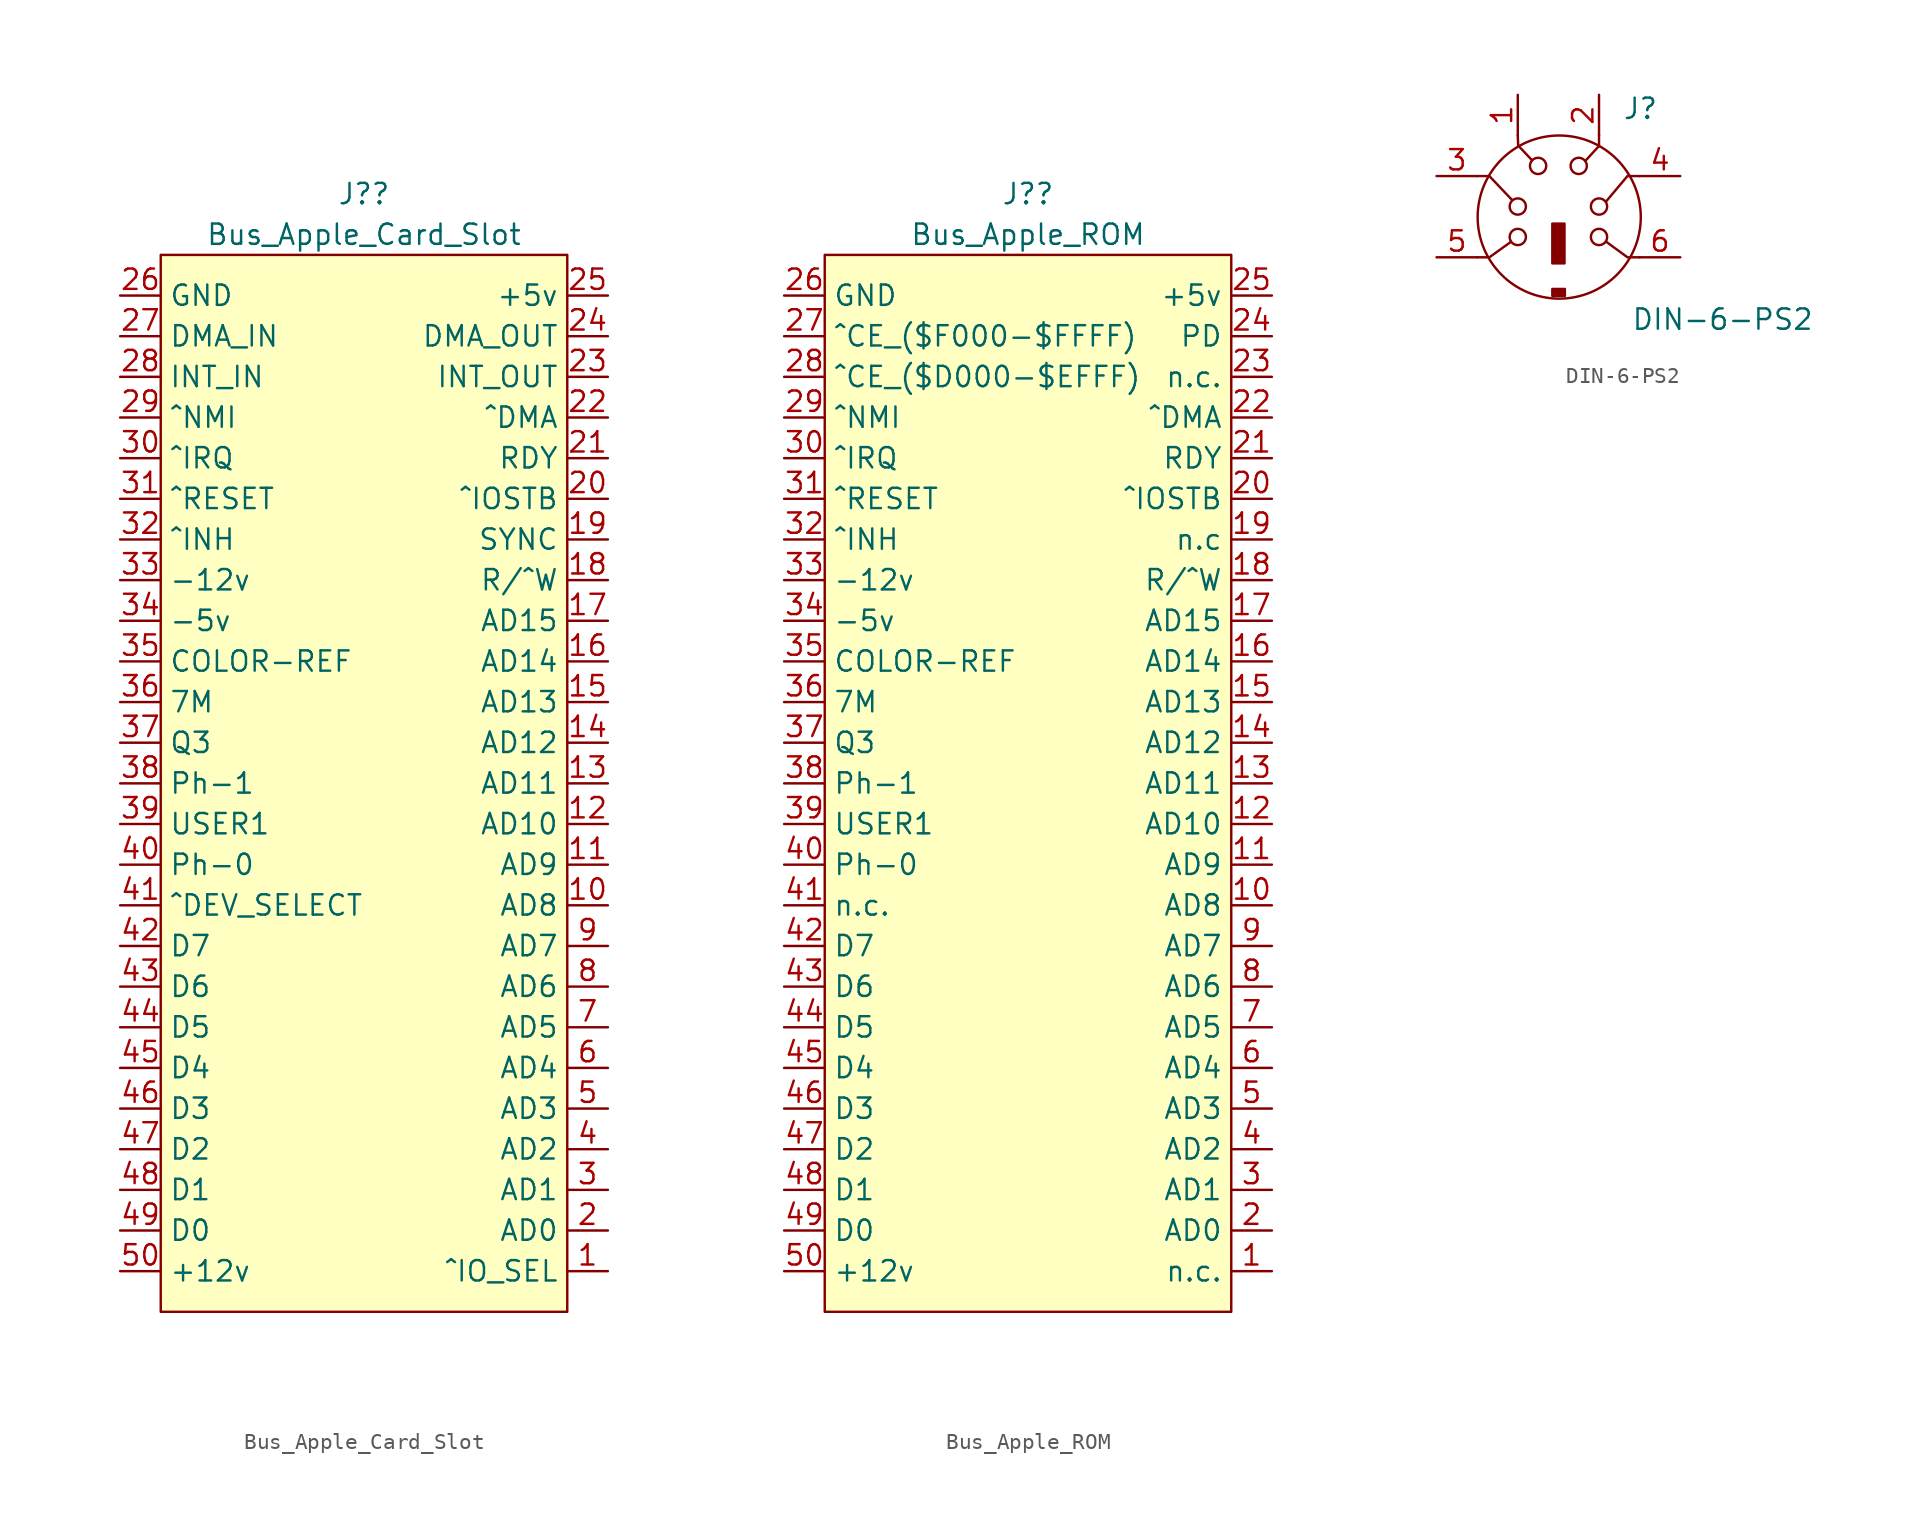
<source format=kicad_sym>
(kicad_symbol_lib
  (version 20211014)
  (generator kicad_symbol_editor)
  (symbol "Bus_Apple_Card_Slot"
    (property "Reference" "J?"
      (at 0 34.29 0)
      (effects (font (size 1.27 1.27))))
    (property "Value" "Bus_Apple_Card_Slot"
      (at 0 31.75 0)
      (effects (font (size 1.27 1.27))))
    (symbol "Bus_Apple_Card_Slot_0_1"
      (rectangle (start -12.7 30.48) (end 12.7 -35.56) (stroke (width 0.152) (type default) (color 0 0 0 0)) (fill (type background))))
    (symbol "Bus_Apple_Card_Slot_1_1"
      (pin output line (at 15.24 -33.02 180) (length 2.54) (name "^IO_SEL" (effects (font (size 1.27 1.27)))) (number "1" (effects (font (size 1.27 1.27)))))
      (pin output line (at 15.24 -10.16 180) (length 2.54) (name "AD8" (effects (font (size 1.27 1.27)))) (number "10" (effects (font (size 1.27 1.27)))))
      (pin output line (at 15.24 -7.62 180) (length 2.54) (name "AD9" (effects (font (size 1.27 1.27)))) (number "11" (effects (font (size 1.27 1.27)))))
      (pin output line (at 15.24 -5.08 180) (length 2.54) (name "AD10" (effects (font (size 1.27 1.27)))) (number "12" (effects (font (size 1.27 1.27)))))
      (pin output line (at 15.24 -2.54 180) (length 2.54) (name "AD11" (effects (font (size 1.27 1.27)))) (number "13" (effects (font (size 1.27 1.27)))))
      (pin output line (at 15.24 0 180) (length 2.54) (name "AD12" (effects (font (size 1.27 1.27)))) (number "14" (effects (font (size 1.27 1.27)))))
      (pin output line (at 15.24 2.54 180) (length 2.54) (name "AD13" (effects (font (size 1.27 1.27)))) (number "15" (effects (font (size 1.27 1.27)))))
      (pin output line (at 15.24 5.08 180) (length 2.54) (name "AD14" (effects (font (size 1.27 1.27)))) (number "16" (effects (font (size 1.27 1.27)))))
      (pin output line (at 15.24 7.62 180) (length 2.54) (name "AD15" (effects (font (size 1.27 1.27)))) (number "17" (effects (font (size 1.27 1.27)))))
      (pin output line (at 15.24 10.16 180) (length 2.54) (name "R/^W" (effects (font (size 1.27 1.27)))) (number "18" (effects (font (size 1.27 1.27)))))
      (pin output line (at 15.24 12.7 180) (length 2.54) (name "SYNC" (effects (font (size 1.27 1.27)))) (number "19" (effects (font (size 1.27 1.27)))))
      (pin output line (at 15.24 -30.48 180) (length 2.54) (name "AD0" (effects (font (size 1.27 1.27)))) (number "2" (effects (font (size 1.27 1.27)))))
      (pin output line (at 15.24 15.24 180) (length 2.54) (name "^IOSTB" (effects (font (size 1.27 1.27)))) (number "20" (effects (font (size 1.27 1.27)))))
      (pin output line (at 15.24 17.78 180) (length 2.54) (name "RDY" (effects (font (size 1.27 1.27)))) (number "21" (effects (font (size 1.27 1.27)))))
      (pin output line (at 15.24 20.32 180) (length 2.54) (name "^DMA" (effects (font (size 1.27 1.27)))) (number "22" (effects (font (size 1.27 1.27)))))
      (pin output line (at 15.24 22.86 180) (length 2.54) (name "INT_OUT" (effects (font (size 1.27 1.27)))) (number "23" (effects (font (size 1.27 1.27)))))
      (pin output line (at 15.24 25.4 180) (length 2.54) (name "DMA_OUT" (effects (font (size 1.27 1.27)))) (number "24" (effects (font (size 1.27 1.27)))))
      (pin output line (at 15.24 27.94 180) (length 2.54) (name "+5v" (effects (font (size 1.27 1.27)))) (number "25" (effects (font (size 1.27 1.27)))))
      (pin output line (at -15.24 27.94 0) (length 2.54) (name "GND" (effects (font (size 1.27 1.27)))) (number "26" (effects (font (size 1.27 1.27)))))
      (pin output line (at -15.24 25.4 0) (length 2.54) (name "DMA_IN" (effects (font (size 1.27 1.27)))) (number "27" (effects (font (size 1.27 1.27)))))
      (pin output line (at -15.24 22.86 0) (length 2.54) (name "INT_IN" (effects (font (size 1.27 1.27)))) (number "28" (effects (font (size 1.27 1.27)))))
      (pin output line (at -15.24 20.32 0) (length 2.54) (name "^NMI" (effects (font (size 1.27 1.27)))) (number "29" (effects (font (size 1.27 1.27)))))
      (pin output line (at 15.24 -27.94 180) (length 2.54) (name "AD1" (effects (font (size 1.27 1.27)))) (number "3" (effects (font (size 1.27 1.27)))))
      (pin output line (at -15.24 17.78 0) (length 2.54) (name "^IRQ" (effects (font (size 1.27 1.27)))) (number "30" (effects (font (size 1.27 1.27)))))
      (pin output line (at -15.24 15.24 0) (length 2.54) (name "^RESET" (effects (font (size 1.27 1.27)))) (number "31" (effects (font (size 1.27 1.27)))))
      (pin output line (at -15.24 12.7 0) (length 2.54) (name "^INH" (effects (font (size 1.27 1.27)))) (number "32" (effects (font (size 1.27 1.27)))))
      (pin output line (at -15.24 10.16 0) (length 2.54) (name "-12v" (effects (font (size 1.27 1.27)))) (number "33" (effects (font (size 1.27 1.27)))))
      (pin output line (at -15.24 7.62 0) (length 2.54) (name "-5v" (effects (font (size 1.27 1.27)))) (number "34" (effects (font (size 1.27 1.27)))))
      (pin output line (at -15.24 5.08 0) (length 2.54) (name "COLOR-REF" (effects (font (size 1.27 1.27)))) (number "35" (effects (font (size 1.27 1.27)))))
      (pin output line (at -15.24 2.54 0) (length 2.54) (name "7M" (effects (font (size 1.27 1.27)))) (number "36" (effects (font (size 1.27 1.27)))))
      (pin output line (at -15.24 0 0) (length 2.54) (name "Q3" (effects (font (size 1.27 1.27)))) (number "37" (effects (font (size 1.27 1.27)))))
      (pin output line (at -15.24 -2.54 0) (length 2.54) (name "Ph-1" (effects (font (size 1.27 1.27)))) (number "38" (effects (font (size 1.27 1.27)))))
      (pin output line (at -15.24 -5.08 0) (length 2.54) (name "USER1" (effects (font (size 1.27 1.27)))) (number "39" (effects (font (size 1.27 1.27)))))
      (pin output line (at 15.24 -25.4 180) (length 2.54) (name "AD2" (effects (font (size 1.27 1.27)))) (number "4" (effects (font (size 1.27 1.27)))))
      (pin output line (at -15.24 -7.62 0) (length 2.54) (name "Ph-0" (effects (font (size 1.27 1.27)))) (number "40" (effects (font (size 1.27 1.27)))))
      (pin output line (at -15.24 -10.16 0) (length 2.54) (name "^DEV_SELECT" (effects (font (size 1.27 1.27)))) (number "41" (effects (font (size 1.27 1.27)))))
      (pin output line (at -15.24 -12.7 0) (length 2.54) (name "D7" (effects (font (size 1.27 1.27)))) (number "42" (effects (font (size 1.27 1.27)))))
      (pin output line (at -15.24 -15.24 0) (length 2.54) (name "D6" (effects (font (size 1.27 1.27)))) (number "43" (effects (font (size 1.27 1.27)))))
      (pin output line (at -15.24 -17.78 0) (length 2.54) (name "D5" (effects (font (size 1.27 1.27)))) (number "44" (effects (font (size 1.27 1.27)))))
      (pin output line (at -15.24 -20.32 0) (length 2.54) (name "D4" (effects (font (size 1.27 1.27)))) (number "45" (effects (font (size 1.27 1.27)))))
      (pin output line (at -15.24 -22.86 0) (length 2.54) (name "D3" (effects (font (size 1.27 1.27)))) (number "46" (effects (font (size 1.27 1.27)))))
      (pin output line (at -15.24 -25.4 0) (length 2.54) (name "D2" (effects (font (size 1.27 1.27)))) (number "47" (effects (font (size 1.27 1.27)))))
      (pin output line (at -15.24 -27.94 0) (length 2.54) (name "D1" (effects (font (size 1.27 1.27)))) (number "48" (effects (font (size 1.27 1.27)))))
      (pin output line (at -15.24 -30.48 0) (length 2.54) (name "D0" (effects (font (size 1.27 1.27)))) (number "49" (effects (font (size 1.27 1.27)))))
      (pin output line (at 15.24 -22.86 180) (length 2.54) (name "AD3" (effects (font (size 1.27 1.27)))) (number "5" (effects (font (size 1.27 1.27)))))
      (pin output line (at -15.24 -33.02 0) (length 2.54) (name "+12v" (effects (font (size 1.27 1.27)))) (number "50" (effects (font (size 1.27 1.27)))))
      (pin output line (at 15.24 -20.32 180) (length 2.54) (name "AD4" (effects (font (size 1.27 1.27)))) (number "6" (effects (font (size 1.27 1.27)))))
      (pin output line (at 15.24 -17.78 180) (length 2.54) (name "AD5" (effects (font (size 1.27 1.27)))) (number "7" (effects (font (size 1.27 1.27)))))
      (pin output line (at 15.24 -15.24 180) (length 2.54) (name "AD6" (effects (font (size 1.27 1.27)))) (number "8" (effects (font (size 1.27 1.27)))))
      (pin output line (at 15.24 -12.7 180) (length 2.54) (name "AD7" (effects (font (size 1.27 1.27)))) (number "9" (effects (font (size 1.27 1.27)))))))
  (symbol "Bus_Apple_ROM"
    (property "Reference" "J?"
      (at 0 34.29 0)
      (effects (font (size 1.27 1.27))))
    (property "Value" "Bus_Apple_ROM"
      (at 0 31.75 0)
      (effects (font (size 1.27 1.27))))
    (symbol "Bus_Apple_ROM_0_1"
      (rectangle (start -12.7 30.48) (end 12.7 -35.56) (stroke (width 0.152) (type default) (color 0 0 0 0)) (fill (type background))))
    (symbol "Bus_Apple_ROM_1_1"
      (pin output line (at 15.24 -33.02 180) (length 2.54) (name "n.c." (effects (font (size 1.27 1.27)))) (number "1" (effects (font (size 1.27 1.27)))))
      (pin output line (at 15.24 -10.16 180) (length 2.54) (name "AD8" (effects (font (size 1.27 1.27)))) (number "10" (effects (font (size 1.27 1.27)))))
      (pin output line (at 15.24 -7.62 180) (length 2.54) (name "AD9" (effects (font (size 1.27 1.27)))) (number "11" (effects (font (size 1.27 1.27)))))
      (pin output line (at 15.24 -5.08 180) (length 2.54) (name "AD10" (effects (font (size 1.27 1.27)))) (number "12" (effects (font (size 1.27 1.27)))))
      (pin output line (at 15.24 -2.54 180) (length 2.54) (name "AD11" (effects (font (size 1.27 1.27)))) (number "13" (effects (font (size 1.27 1.27)))))
      (pin output line (at 15.24 0 180) (length 2.54) (name "AD12" (effects (font (size 1.27 1.27)))) (number "14" (effects (font (size 1.27 1.27)))))
      (pin output line (at 15.24 2.54 180) (length 2.54) (name "AD13" (effects (font (size 1.27 1.27)))) (number "15" (effects (font (size 1.27 1.27)))))
      (pin output line (at 15.24 5.08 180) (length 2.54) (name "AD14" (effects (font (size 1.27 1.27)))) (number "16" (effects (font (size 1.27 1.27)))))
      (pin output line (at 15.24 7.62 180) (length 2.54) (name "AD15" (effects (font (size 1.27 1.27)))) (number "17" (effects (font (size 1.27 1.27)))))
      (pin output line (at 15.24 10.16 180) (length 2.54) (name "R/^W" (effects (font (size 1.27 1.27)))) (number "18" (effects (font (size 1.27 1.27)))))
      (pin output line (at 15.24 12.7 180) (length 2.54) (name "n.c" (effects (font (size 1.27 1.27)))) (number "19" (effects (font (size 1.27 1.27)))))
      (pin output line (at 15.24 -30.48 180) (length 2.54) (name "AD0" (effects (font (size 1.27 1.27)))) (number "2" (effects (font (size 1.27 1.27)))))
      (pin output line (at 15.24 15.24 180) (length 2.54) (name "^IOSTB" (effects (font (size 1.27 1.27)))) (number "20" (effects (font (size 1.27 1.27)))))
      (pin output line (at 15.24 17.78 180) (length 2.54) (name "RDY" (effects (font (size 1.27 1.27)))) (number "21" (effects (font (size 1.27 1.27)))))
      (pin output line (at 15.24 20.32 180) (length 2.54) (name "^DMA" (effects (font (size 1.27 1.27)))) (number "22" (effects (font (size 1.27 1.27)))))
      (pin output line (at 15.24 22.86 180) (length 2.54) (name "n.c." (effects (font (size 1.27 1.27)))) (number "23" (effects (font (size 1.27 1.27)))))
      (pin output line (at 15.24 25.4 180) (length 2.54) (name "PD" (effects (font (size 1.27 1.27)))) (number "24" (effects (font (size 1.27 1.27)))))
      (pin output line (at 15.24 27.94 180) (length 2.54) (name "+5v" (effects (font (size 1.27 1.27)))) (number "25" (effects (font (size 1.27 1.27)))))
      (pin output line (at -15.24 27.94 0) (length 2.54) (name "GND" (effects (font (size 1.27 1.27)))) (number "26" (effects (font (size 1.27 1.27)))))
      (pin output line (at -15.24 25.4 0) (length 2.54) (name "^CE_($F000-$FFFF)" (effects (font (size 1.27 1.27)))) (number "27" (effects (font (size 1.27 1.27)))))
      (pin output line (at -15.24 22.86 0) (length 2.54) (name "^CE_($D000-$EFFF)" (effects (font (size 1.27 1.27)))) (number "28" (effects (font (size 1.27 1.27)))))
      (pin output line (at -15.24 20.32 0) (length 2.54) (name "^NMI" (effects (font (size 1.27 1.27)))) (number "29" (effects (font (size 1.27 1.27)))))
      (pin output line (at 15.24 -27.94 180) (length 2.54) (name "AD1" (effects (font (size 1.27 1.27)))) (number "3" (effects (font (size 1.27 1.27)))))
      (pin output line (at -15.24 17.78 0) (length 2.54) (name "^IRQ" (effects (font (size 1.27 1.27)))) (number "30" (effects (font (size 1.27 1.27)))))
      (pin output line (at -15.24 15.24 0) (length 2.54) (name "^RESET" (effects (font (size 1.27 1.27)))) (number "31" (effects (font (size 1.27 1.27)))))
      (pin output line (at -15.24 12.7 0) (length 2.54) (name "^INH" (effects (font (size 1.27 1.27)))) (number "32" (effects (font (size 1.27 1.27)))))
      (pin output line (at -15.24 10.16 0) (length 2.54) (name "-12v" (effects (font (size 1.27 1.27)))) (number "33" (effects (font (size 1.27 1.27)))))
      (pin output line (at -15.24 7.62 0) (length 2.54) (name "-5v" (effects (font (size 1.27 1.27)))) (number "34" (effects (font (size 1.27 1.27)))))
      (pin output line (at -15.24 5.08 0) (length 2.54) (name "COLOR-REF" (effects (font (size 1.27 1.27)))) (number "35" (effects (font (size 1.27 1.27)))))
      (pin output line (at -15.24 2.54 0) (length 2.54) (name "7M" (effects (font (size 1.27 1.27)))) (number "36" (effects (font (size 1.27 1.27)))))
      (pin output line (at -15.24 0 0) (length 2.54) (name "Q3" (effects (font (size 1.27 1.27)))) (number "37" (effects (font (size 1.27 1.27)))))
      (pin output line (at -15.24 -2.54 0) (length 2.54) (name "Ph-1" (effects (font (size 1.27 1.27)))) (number "38" (effects (font (size 1.27 1.27)))))
      (pin output line (at -15.24 -5.08 0) (length 2.54) (name "USER1" (effects (font (size 1.27 1.27)))) (number "39" (effects (font (size 1.27 1.27)))))
      (pin output line (at 15.24 -25.4 180) (length 2.54) (name "AD2" (effects (font (size 1.27 1.27)))) (number "4" (effects (font (size 1.27 1.27)))))
      (pin output line (at -15.24 -7.62 0) (length 2.54) (name "Ph-0" (effects (font (size 1.27 1.27)))) (number "40" (effects (font (size 1.27 1.27)))))
      (pin output line (at -15.24 -10.16 0) (length 2.54) (name "n.c." (effects (font (size 1.27 1.27)))) (number "41" (effects (font (size 1.27 1.27)))))
      (pin output line (at -15.24 -12.7 0) (length 2.54) (name "D7" (effects (font (size 1.27 1.27)))) (number "42" (effects (font (size 1.27 1.27)))))
      (pin output line (at -15.24 -15.24 0) (length 2.54) (name "D6" (effects (font (size 1.27 1.27)))) (number "43" (effects (font (size 1.27 1.27)))))
      (pin output line (at -15.24 -17.78 0) (length 2.54) (name "D5" (effects (font (size 1.27 1.27)))) (number "44" (effects (font (size 1.27 1.27)))))
      (pin output line (at -15.24 -20.32 0) (length 2.54) (name "D4" (effects (font (size 1.27 1.27)))) (number "45" (effects (font (size 1.27 1.27)))))
      (pin output line (at -15.24 -22.86 0) (length 2.54) (name "D3" (effects (font (size 1.27 1.27)))) (number "46" (effects (font (size 1.27 1.27)))))
      (pin output line (at -15.24 -25.4 0) (length 2.54) (name "D2" (effects (font (size 1.27 1.27)))) (number "47" (effects (font (size 1.27 1.27)))))
      (pin output line (at -15.24 -27.94 0) (length 2.54) (name "D1" (effects (font (size 1.27 1.27)))) (number "48" (effects (font (size 1.27 1.27)))))
      (pin output line (at -15.24 -30.48 0) (length 2.54) (name "D0" (effects (font (size 1.27 1.27)))) (number "49" (effects (font (size 1.27 1.27)))))
      (pin output line (at 15.24 -22.86 180) (length 2.54) (name "AD3" (effects (font (size 1.27 1.27)))) (number "5" (effects (font (size 1.27 1.27)))))
      (pin output line (at -15.24 -33.02 0) (length 2.54) (name "+12v" (effects (font (size 1.27 1.27)))) (number "50" (effects (font (size 1.27 1.27)))))
      (pin output line (at 15.24 -20.32 180) (length 2.54) (name "AD4" (effects (font (size 1.27 1.27)))) (number "6" (effects (font (size 1.27 1.27)))))
      (pin output line (at 15.24 -17.78 180) (length 2.54) (name "AD5" (effects (font (size 1.27 1.27)))) (number "7" (effects (font (size 1.27 1.27)))))
      (pin output line (at 15.24 -15.24 180) (length 2.54) (name "AD6" (effects (font (size 1.27 1.27)))) (number "8" (effects (font (size 1.27 1.27)))))
      (pin output line (at 15.24 -12.7 180) (length 2.54) (name "AD7" (effects (font (size 1.27 1.27)))) (number "9" (effects (font (size 1.27 1.27)))))))
  (symbol "DIN-6-PS2"
    (pin_names
      (offset 1.016))
    (property "Reference" "J"
      (at 5.131 6.756 0)
      (effects (font (size 1.27 1.27))))
    (property "Value" "DIN-6-PS2"
      (at 4.547 -6.426 0)
      (effects (font (size 1.27 1.27)) (justify left)))
    (symbol "DIN-6-PS2_0_1"
      (circle (center -2.54 -1.27) (radius 0.508) (stroke (width 0) (type default) (color 0 0 0 0)) (fill (type none)))
      (circle (center -2.54 0.635) (radius 0.508) (stroke (width 0) (type default) (color 0 0 0 0)) (fill (type none)))
      (circle (center -1.27 3.175) (radius 0.508) (stroke (width 0) (type default) (color 0 0 0 0)) (fill (type none)))
      (rectangle (start -0.381 -4.521) (end 0.406 -4.953) (stroke (width 0.152) (type default) (color 0 0 0 0)) (fill (type outline)))
      (polyline (pts (xy -2.54 5.08) (xy -2.515 4.42)) (stroke (width 0) (type default) (color 0 0 0 0)) (fill (type none)))
      (polyline (pts (xy -2.464 4.394) (xy -1.651 3.531)) (stroke (width 0) (type default) (color 0 0 0 0)) (fill (type none)))
      (polyline (pts (xy 2.515 4.394) (xy 1.676 3.48)) (stroke (width 0) (type default) (color 0 0 0 0)) (fill (type none)))
      (polyline (pts (xy 2.54 5.105) (xy 2.54 4.394)) (stroke (width 0) (type default) (color 0 0 0 0)) (fill (type none)))
      (polyline (pts (xy -5.08 -2.54) (xy -4.318 -2.54) (xy -2.972 -1.575)) (stroke (width 0) (type default) (color 0 0 0 0)) (fill (type none)))
      (polyline (pts (xy -5.08 2.54) (xy -4.318 2.54) (xy -2.921 1.067)) (stroke (width 0) (type default) (color 0 0 0 0)) (fill (type none)))
      (polyline (pts (xy 5.08 -2.54) (xy 4.318 -2.54) (xy 2.997 -1.575)) (stroke (width 0) (type default) (color 0 0 0 0)) (fill (type none)))
      (polyline (pts (xy 5.08 2.54) (xy 4.318 2.54) (xy 2.972 0.94)) (stroke (width 0) (type default) (color 0 0 0 0)) (fill (type none)))
      (circle (center 0.051 -0.025) (radius 5.101) (stroke (width 0.152) (type default) (color 0 0 0 0)) (fill (type none)))
      (rectangle (start 0.381 -2.921) (end -0.381 -0.432) (stroke (width 0.152) (type default) (color 0 0 0 0)) (fill (type outline)))
      (circle (center 1.27 3.175) (radius 0.508) (stroke (width 0) (type default) (color 0 0 0 0)) (fill (type none)))
      (circle (center 2.54 -1.27) (radius 0.508) (stroke (width 0) (type default) (color 0 0 0 0)) (fill (type none)))
      (circle (center 2.54 0.635) (radius 0.508) (stroke (width 0) (type default) (color 0 0 0 0)) (fill (type none))))
    (symbol "DIN-6-PS2_1_1"
      (pin passive line (at -2.54 7.62 270) (length 2.54) (name "~" (effects (font (size 1.27 1.27)))) (number "1" (effects (font (size 1.27 1.27)))))
      (pin passive line (at 2.54 7.62 270) (length 2.54) (name "~" (effects (font (size 1.27 1.27)))) (number "2" (effects (font (size 1.27 1.27)))))
      (pin passive line (at -7.62 2.54 0) (length 2.54) (name "~" (effects (font (size 1.27 1.27)))) (number "3" (effects (font (size 1.27 1.27)))))
      (pin passive line (at 7.62 2.54 180) (length 2.54) (name "~" (effects (font (size 1.27 1.27)))) (number "4" (effects (font (size 1.27 1.27)))))
      (pin passive line (at -7.62 -2.54 0) (length 2.54) (name "~" (effects (font (size 1.27 1.27)))) (number "5" (effects (font (size 1.27 1.27)))))
      (pin passive line (at 7.62 -2.54 180) (length 2.54) (name "~" (effects (font (size 1.27 1.27)))) (number "6" (effects (font (size 1.27 1.27))))))))
</source>
